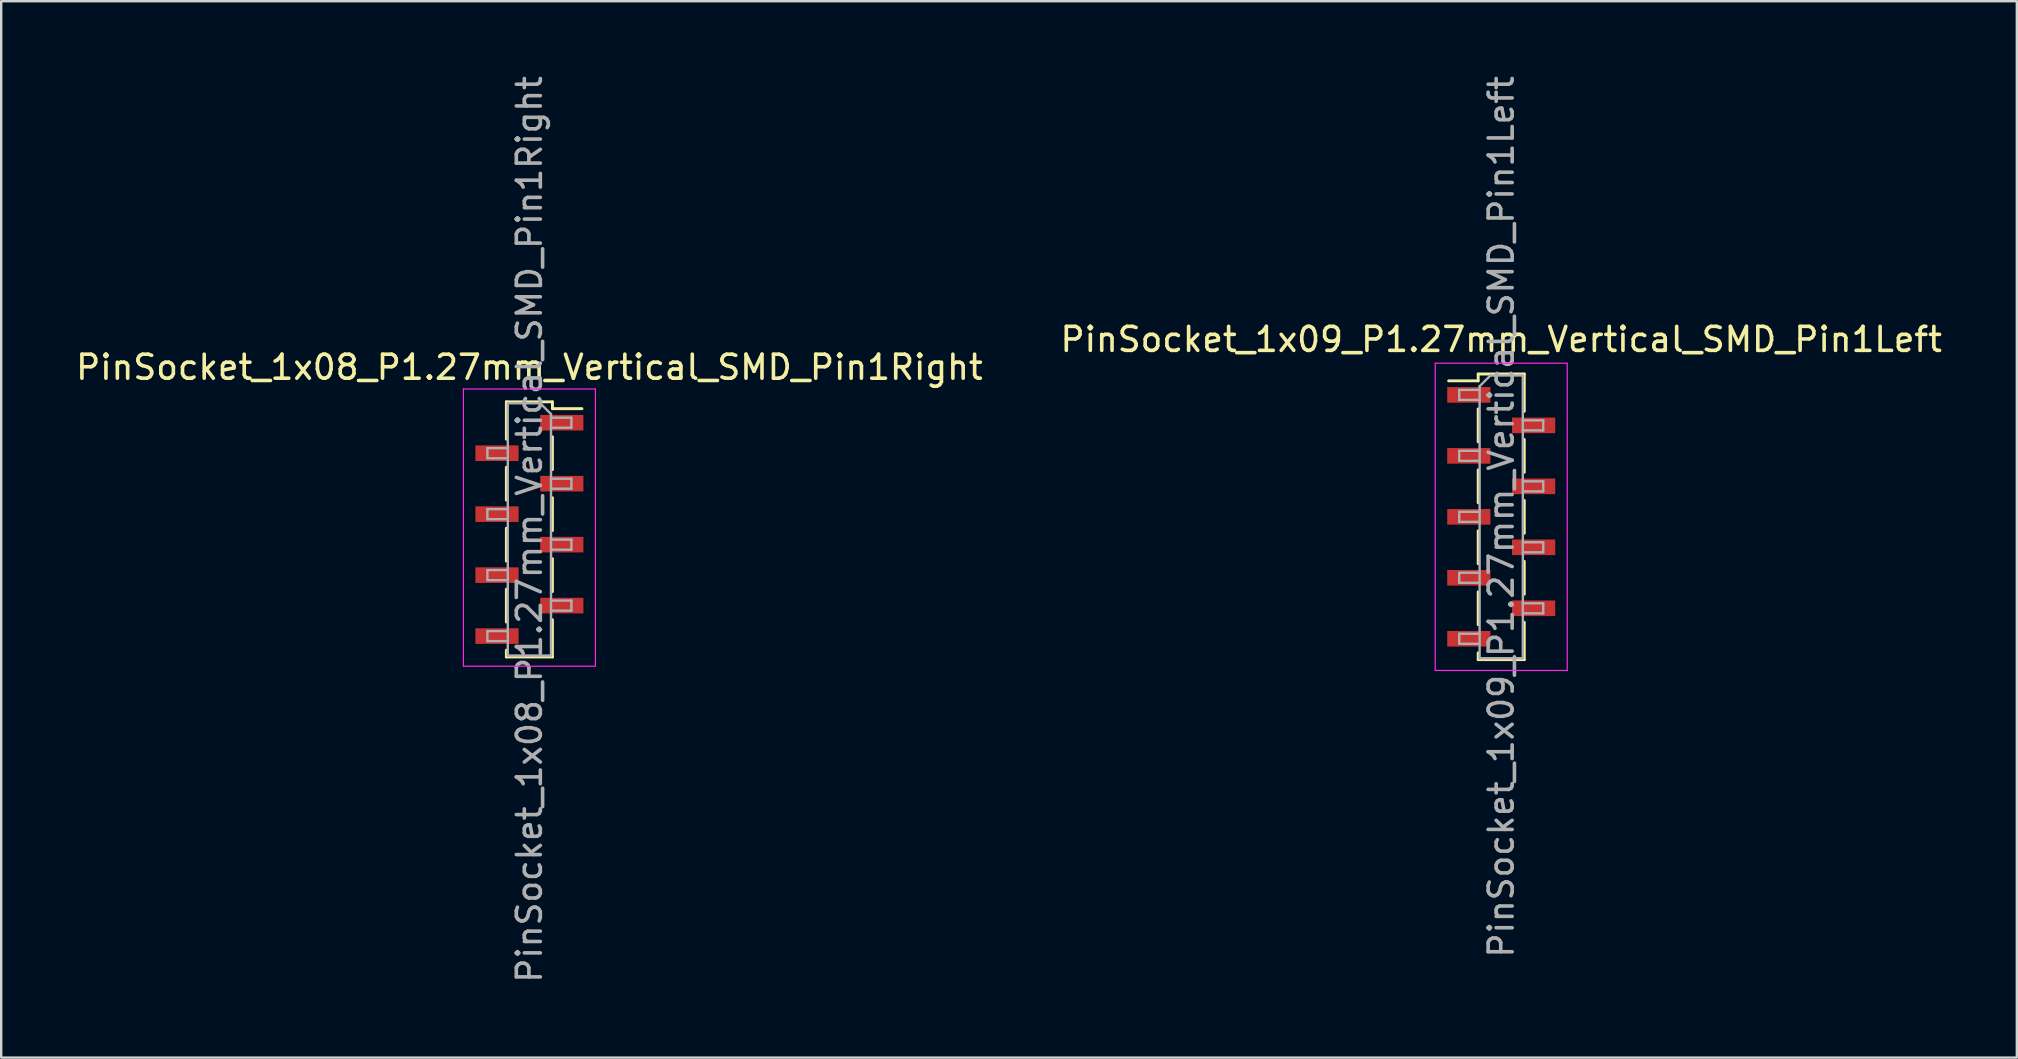
<source format=kicad_pcb>
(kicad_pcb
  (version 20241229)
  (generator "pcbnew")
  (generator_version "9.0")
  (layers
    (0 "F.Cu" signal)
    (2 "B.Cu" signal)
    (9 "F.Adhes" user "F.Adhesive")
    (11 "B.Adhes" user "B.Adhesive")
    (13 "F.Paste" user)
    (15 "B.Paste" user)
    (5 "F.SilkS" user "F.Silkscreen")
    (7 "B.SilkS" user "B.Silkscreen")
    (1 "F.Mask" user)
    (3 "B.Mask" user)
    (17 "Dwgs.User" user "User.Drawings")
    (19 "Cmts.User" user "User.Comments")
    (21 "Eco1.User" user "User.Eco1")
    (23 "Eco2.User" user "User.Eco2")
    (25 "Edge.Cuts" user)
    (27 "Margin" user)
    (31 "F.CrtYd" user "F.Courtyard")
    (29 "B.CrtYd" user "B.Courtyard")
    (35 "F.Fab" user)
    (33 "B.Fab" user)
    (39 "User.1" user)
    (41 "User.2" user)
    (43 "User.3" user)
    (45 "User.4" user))
  (footprint "PinSocket_1x09_P1.27mm_Vertical_SMD_Pin1Left"
    (layer "F.Cu")
    (at 59.494 18.482)
    (property "Reference" "PinSocket_1x09_P1.27mm_Vertical_SMD_Pin1Left" (at 0 -7.39 0) (layer "F.SilkS") (effects (font (size 1 1) (thickness 0.15))))
    (attr smd)
    (fp_line (start -2.19 -5.665) (end -0.96 -5.665) (stroke (width 0.12) (type solid)) (layer "F.SilkS"))
    (fp_line (start -0.96 -5.95) (end -0.96 -5.665) (stroke (width 0.12) (type solid)) (layer "F.SilkS"))
    (fp_line (start -0.96 -5.95) (end 0.96 -5.95) (stroke (width 0.12) (type solid)) (layer "F.SilkS"))
    (fp_line (start -0.96 -4.495) (end -0.96 -3.125) (stroke (width 0.12) (type solid)) (layer "F.SilkS"))
    (fp_line (start -0.96 -1.955) (end -0.96 -0.585) (stroke (width 0.12) (type solid)) (layer "F.SilkS"))
    (fp_line (start -0.96 0.585) (end -0.96 1.955) (stroke (width 0.12) (type solid)) (layer "F.SilkS"))
    (fp_line (start -0.96 3.125) (end -0.96 4.495) (stroke (width 0.12) (type solid)) (layer "F.SilkS"))
    (fp_line (start -0.96 5.665) (end -0.96 5.95) (stroke (width 0.12) (type solid)) (layer "F.SilkS"))
    (fp_line (start -0.96 5.95) (end 0.96 5.95) (stroke (width 0.12) (type solid)) (layer "F.SilkS"))
    (fp_line (start 0.96 -5.95) (end 0.96 -4.395) (stroke (width 0.12) (type solid)) (layer "F.SilkS"))
    (fp_line (start 0.96 -3.225) (end 0.96 -1.855) (stroke (width 0.12) (type solid)) (layer "F.SilkS"))
    (fp_line (start 0.96 -0.685) (end 0.96 0.685) (stroke (width 0.12) (type solid)) (layer "F.SilkS"))
    (fp_line (start 0.96 1.855) (end 0.96 3.225) (stroke (width 0.12) (type solid)) (layer "F.SilkS"))
    (fp_line (start 0.96 4.395) (end 0.96 5.95) (stroke (width 0.12) (type solid)) (layer "F.SilkS"))
    (fp_line (start -2.75 -6.4) (end 2.75 -6.4) (stroke (width 0.05) (type solid)) (layer "F.CrtYd"))
    (fp_line (start -2.75 6.4) (end -2.75 -6.4) (stroke (width 0.05) (type solid)) (layer "F.CrtYd"))
    (fp_line (start 2.75 -6.4) (end 2.75 6.4) (stroke (width 0.05) (type solid)) (layer "F.CrtYd"))
    (fp_line (start 2.75 6.4) (end -2.75 6.4) (stroke (width 0.05) (type solid)) (layer "F.CrtYd"))
    (fp_line (start -1.75 -5.29) (end -0.9 -5.29) (stroke (width 0.1) (type solid)) (layer "F.Fab"))
    (fp_line (start -1.75 -4.87) (end -1.75 -5.29) (stroke (width 0.1) (type solid)) (layer "F.Fab"))
    (fp_line (start -1.75 -2.75) (end -0.9 -2.75) (stroke (width 0.1) (type solid)) (layer "F.Fab"))
    (fp_line (start -1.75 -2.33) (end -1.75 -2.75) (stroke (width 0.1) (type solid)) (layer "F.Fab"))
    (fp_line (start -1.75 -0.21) (end -0.9 -0.21) (stroke (width 0.1) (type solid)) (layer "F.Fab"))
    (fp_line (start -1.75 0.21) (end -1.75 -0.21) (stroke (width 0.1) (type solid)) (layer "F.Fab"))
    (fp_line (start -1.75 2.33) (end -0.9 2.33) (stroke (width 0.1) (type solid)) (layer "F.Fab"))
    (fp_line (start -1.75 2.75) (end -1.75 2.33) (stroke (width 0.1) (type solid)) (layer "F.Fab"))
    (fp_line (start -1.75 4.87) (end -0.9 4.87) (stroke (width 0.1) (type solid)) (layer "F.Fab"))
    (fp_line (start -1.75 5.29) (end -1.75 4.87) (stroke (width 0.1) (type solid)) (layer "F.Fab"))
    (fp_line (start -0.9 -5.44) (end -0.45 -5.89) (stroke (width 0.1) (type solid)) (layer "F.Fab"))
    (fp_line (start -0.9 -4.87) (end -1.75 -4.87) (stroke (width 0.1) (type solid)) (layer "F.Fab"))
    (fp_line (start -0.9 -2.33) (end -1.75 -2.33) (stroke (width 0.1) (type solid)) (layer "F.Fab"))
    (fp_line (start -0.9 0.21) (end -1.75 0.21) (stroke (width 0.1) (type solid)) (layer "F.Fab"))
    (fp_line (start -0.9 2.75) (end -1.75 2.75) (stroke (width 0.1) (type solid)) (layer "F.Fab"))
    (fp_line (start -0.9 5.29) (end -1.75 5.29) (stroke (width 0.1) (type solid)) (layer "F.Fab"))
    (fp_line (start -0.9 5.89) (end -0.9 -5.44) (stroke (width 0.1) (type solid)) (layer "F.Fab"))
    (fp_line (start -0.45 -5.89) (end 0.9 -5.89) (stroke (width 0.1) (type solid)) (layer "F.Fab"))
    (fp_line (start 0.9 -5.89) (end 0.9 5.89) (stroke (width 0.1) (type solid)) (layer "F.Fab"))
    (fp_line (start 0.9 -4.02) (end 1.75 -4.02) (stroke (width 0.1) (type solid)) (layer "F.Fab"))
    (fp_line (start 0.9 -1.48) (end 1.75 -1.48) (stroke (width 0.1) (type solid)) (layer "F.Fab"))
    (fp_line (start 0.9 1.06) (end 1.75 1.06) (stroke (width 0.1) (type solid)) (layer "F.Fab"))
    (fp_line (start 0.9 3.6) (end 1.75 3.6) (stroke (width 0.1) (type solid)) (layer "F.Fab"))
    (fp_line (start 0.9 5.89) (end -0.9 5.89) (stroke (width 0.1) (type solid)) (layer "F.Fab"))
    (fp_line (start 1.75 -4.02) (end 1.75 -3.6) (stroke (width 0.1) (type solid)) (layer "F.Fab"))
    (fp_line (start 1.75 -3.6) (end 0.9 -3.6) (stroke (width 0.1) (type solid)) (layer "F.Fab"))
    (fp_line (start 1.75 -1.48) (end 1.75 -1.06) (stroke (width 0.1) (type solid)) (layer "F.Fab"))
    (fp_line (start 1.75 -1.06) (end 0.9 -1.06) (stroke (width 0.1) (type solid)) (layer "F.Fab"))
    (fp_line (start 1.75 1.06) (end 1.75 1.48) (stroke (width 0.1) (type solid)) (layer "F.Fab"))
    (fp_line (start 1.75 1.48) (end 0.9 1.48) (stroke (width 0.1) (type solid)) (layer "F.Fab"))
    (fp_line (start 1.75 3.6) (end 1.75 4.02) (stroke (width 0.1) (type solid)) (layer "F.Fab"))
    (fp_line (start 1.75 4.02) (end 0.9 4.02) (stroke (width 0.1) (type solid)) (layer "F.Fab"))
    (fp_text user "${REFERENCE}" (at 0 0 90) (layer "F.Fab") (effects (font (size 1 1) (thickness 0.15))))
    (pad "1" smd rect (at -1.35 -5.08) (size 1.8 0.65) (layers "F.Cu" "F.Mask" "F.Paste"))
    (pad "2" smd rect (at 1.35 -3.81) (size 1.8 0.65) (layers "F.Cu" "F.Mask" "F.Paste"))
    (pad "3" smd rect (at -1.35 -2.54) (size 1.8 0.65) (layers "F.Cu" "F.Mask" "F.Paste"))
    (pad "4" smd rect (at 1.35 -1.27) (size 1.8 0.65) (layers "F.Cu" "F.Mask" "F.Paste"))
    (pad "5" smd rect (at -1.35 0) (size 1.8 0.65) (layers "F.Cu" "F.Mask" "F.Paste"))
    (pad "6" smd rect (at 1.35 1.27) (size 1.8 0.65) (layers "F.Cu" "F.Mask" "F.Paste"))
    (pad "7" smd rect (at -1.35 2.54) (size 1.8 0.65) (layers "F.Cu" "F.Mask" "F.Paste"))
    (pad "8" smd rect (at 1.35 3.81) (size 1.8 0.65) (layers "F.Cu" "F.Mask" "F.Paste"))
    (pad "9" smd rect (at -1.35 5.08) (size 1.8 0.65) (layers "F.Cu" "F.Mask" "F.Paste")))
  (footprint "PinSocket_1x08_P1.27mm_Vertical_SMD_Pin1Right"
    (layer "F.Cu")
    (at 19.006 19.006)
    (property "Reference" "PinSocket_1x08_P1.27mm_Vertical_SMD_Pin1Right" (at 0 -6.755 0) (layer "F.SilkS") (effects (font (size 1 1) (thickness 0.15))))
    (attr smd)
    (fp_line (start -0.96 -5.315) (end -0.96 -3.76) (stroke (width 0.12) (type solid)) (layer "F.SilkS"))
    (fp_line (start -0.96 -5.315) (end 0.96 -5.315) (stroke (width 0.12) (type solid)) (layer "F.SilkS"))
    (fp_line (start -0.96 -2.59) (end -0.96 -1.22) (stroke (width 0.12) (type solid)) (layer "F.SilkS"))
    (fp_line (start -0.96 -0.05) (end -0.96 1.32) (stroke (width 0.12) (type solid)) (layer "F.SilkS"))
    (fp_line (start -0.96 2.49) (end -0.96 3.86) (stroke (width 0.12) (type solid)) (layer "F.SilkS"))
    (fp_line (start -0.96 5.03) (end -0.96 5.315) (stroke (width 0.12) (type solid)) (layer "F.SilkS"))
    (fp_line (start -0.96 5.315) (end 0.96 5.315) (stroke (width 0.12) (type solid)) (layer "F.SilkS"))
    (fp_line (start 0.96 -5.315) (end 0.96 -5.03) (stroke (width 0.12) (type solid)) (layer "F.SilkS"))
    (fp_line (start 0.96 -5.03) (end 2.19 -5.03) (stroke (width 0.12) (type solid)) (layer "F.SilkS"))
    (fp_line (start 0.96 -3.86) (end 0.96 -2.49) (stroke (width 0.12) (type solid)) (layer "F.SilkS"))
    (fp_line (start 0.96 -1.32) (end 0.96 0.05) (stroke (width 0.12) (type solid)) (layer "F.SilkS"))
    (fp_line (start 0.96 1.22) (end 0.96 2.59) (stroke (width 0.12) (type solid)) (layer "F.SilkS"))
    (fp_line (start 0.96 3.76) (end 0.96 5.315) (stroke (width 0.12) (type solid)) (layer "F.SilkS"))
    (fp_line (start -2.75 -5.85) (end 2.75 -5.85) (stroke (width 0.05) (type solid)) (layer "F.CrtYd"))
    (fp_line (start -2.75 5.7) (end -2.75 -5.85) (stroke (width 0.05) (type solid)) (layer "F.CrtYd"))
    (fp_line (start 2.75 -5.85) (end 2.75 5.7) (stroke (width 0.05) (type solid)) (layer "F.CrtYd"))
    (fp_line (start 2.75 5.7) (end -2.75 5.7) (stroke (width 0.05) (type solid)) (layer "F.CrtYd"))
    (fp_line (start -1.75 -3.385) (end -0.9 -3.385) (stroke (width 0.1) (type solid)) (layer "F.Fab"))
    (fp_line (start -1.75 -2.965) (end -1.75 -3.385) (stroke (width 0.1) (type solid)) (layer "F.Fab"))
    (fp_line (start -1.75 -0.845) (end -0.9 -0.845) (stroke (width 0.1) (type solid)) (layer "F.Fab"))
    (fp_line (start -1.75 -0.425) (end -1.75 -0.845) (stroke (width 0.1) (type solid)) (layer "F.Fab"))
    (fp_line (start -1.75 1.695) (end -0.9 1.695) (stroke (width 0.1) (type solid)) (layer "F.Fab"))
    (fp_line (start -1.75 2.115) (end -1.75 1.695) (stroke (width 0.1) (type solid)) (layer "F.Fab"))
    (fp_line (start -1.75 4.235) (end -0.9 4.235) (stroke (width 0.1) (type solid)) (layer "F.Fab"))
    (fp_line (start -1.75 4.655) (end -1.75 4.235) (stroke (width 0.1) (type solid)) (layer "F.Fab"))
    (fp_line (start -0.9 -5.255) (end 0.45 -5.255) (stroke (width 0.1) (type solid)) (layer "F.Fab"))
    (fp_line (start -0.9 -2.965) (end -1.75 -2.965) (stroke (width 0.1) (type solid)) (layer "F.Fab"))
    (fp_line (start -0.9 -0.425) (end -1.75 -0.425) (stroke (width 0.1) (type solid)) (layer "F.Fab"))
    (fp_line (start -0.9 2.115) (end -1.75 2.115) (stroke (width 0.1) (type solid)) (layer "F.Fab"))
    (fp_line (start -0.9 4.655) (end -1.75 4.655) (stroke (width 0.1) (type solid)) (layer "F.Fab"))
    (fp_line (start -0.9 5.255) (end -0.9 -5.255) (stroke (width 0.1) (type solid)) (layer "F.Fab"))
    (fp_line (start 0.45 -5.255) (end 0.9 -4.805) (stroke (width 0.1) (type solid)) (layer "F.Fab"))
    (fp_line (start 0.9 -4.805) (end 0.9 5.255) (stroke (width 0.1) (type solid)) (layer "F.Fab"))
    (fp_line (start 0.9 -4.655) (end 1.75 -4.655) (stroke (width 0.1) (type solid)) (layer "F.Fab"))
    (fp_line (start 0.9 -2.115) (end 1.75 -2.115) (stroke (width 0.1) (type solid)) (layer "F.Fab"))
    (fp_line (start 0.9 0.425) (end 1.75 0.425) (stroke (width 0.1) (type solid)) (layer "F.Fab"))
    (fp_line (start 0.9 2.965) (end 1.75 2.965) (stroke (width 0.1) (type solid)) (layer "F.Fab"))
    (fp_line (start 0.9 5.255) (end -0.9 5.255) (stroke (width 0.1) (type solid)) (layer "F.Fab"))
    (fp_line (start 1.75 -4.655) (end 1.75 -4.235) (stroke (width 0.1) (type solid)) (layer "F.Fab"))
    (fp_line (start 1.75 -4.235) (end 0.9 -4.235) (stroke (width 0.1) (type solid)) (layer "F.Fab"))
    (fp_line (start 1.75 -2.115) (end 1.75 -1.695) (stroke (width 0.1) (type solid)) (layer "F.Fab"))
    (fp_line (start 1.75 -1.695) (end 0.9 -1.695) (stroke (width 0.1) (type solid)) (layer "F.Fab"))
    (fp_line (start 1.75 0.425) (end 1.75 0.845) (stroke (width 0.1) (type solid)) (layer "F.Fab"))
    (fp_line (start 1.75 0.845) (end 0.9 0.845) (stroke (width 0.1) (type solid)) (layer "F.Fab"))
    (fp_line (start 1.75 2.965) (end 1.75 3.385) (stroke (width 0.1) (type solid)) (layer "F.Fab"))
    (fp_line (start 1.75 3.385) (end 0.9 3.385) (stroke (width 0.1) (type solid)) (layer "F.Fab"))
    (fp_text user "${REFERENCE}" (at 0 0 90) (layer "F.Fab") (effects (font (size 1 1) (thickness 0.15))))
    (pad "1" smd rect (at 1.35 -4.445) (size 1.8 0.65) (layers "F.Cu" "F.Mask" "F.Paste"))
    (pad "2" smd rect (at -1.35 -3.175) (size 1.8 0.65) (layers "F.Cu" "F.Mask" "F.Paste"))
    (pad "3" smd rect (at 1.35 -1.905) (size 1.8 0.65) (layers "F.Cu" "F.Mask" "F.Paste"))
    (pad "4" smd rect (at -1.35 -0.635) (size 1.8 0.65) (layers "F.Cu" "F.Mask" "F.Paste"))
    (pad "5" smd rect (at 1.35 0.635) (size 1.8 0.65) (layers "F.Cu" "F.Mask" "F.Paste"))
    (pad "6" smd rect (at -1.35 1.905) (size 1.8 0.65) (layers "F.Cu" "F.Mask" "F.Paste"))
    (pad "7" smd rect (at 1.35 3.175) (size 1.8 0.65) (layers "F.Cu" "F.Mask" "F.Paste"))
    (pad "8" smd rect (at -1.35 4.445) (size 1.8 0.65) (layers "F.Cu" "F.Mask" "F.Paste")))
  (gr_rect
    (start -3 -3)
    (end 80.976 41.012)
    (stroke (width 0.1) (type default))
    (fill no)
    (layer "Edge.Cuts")))
</source>
